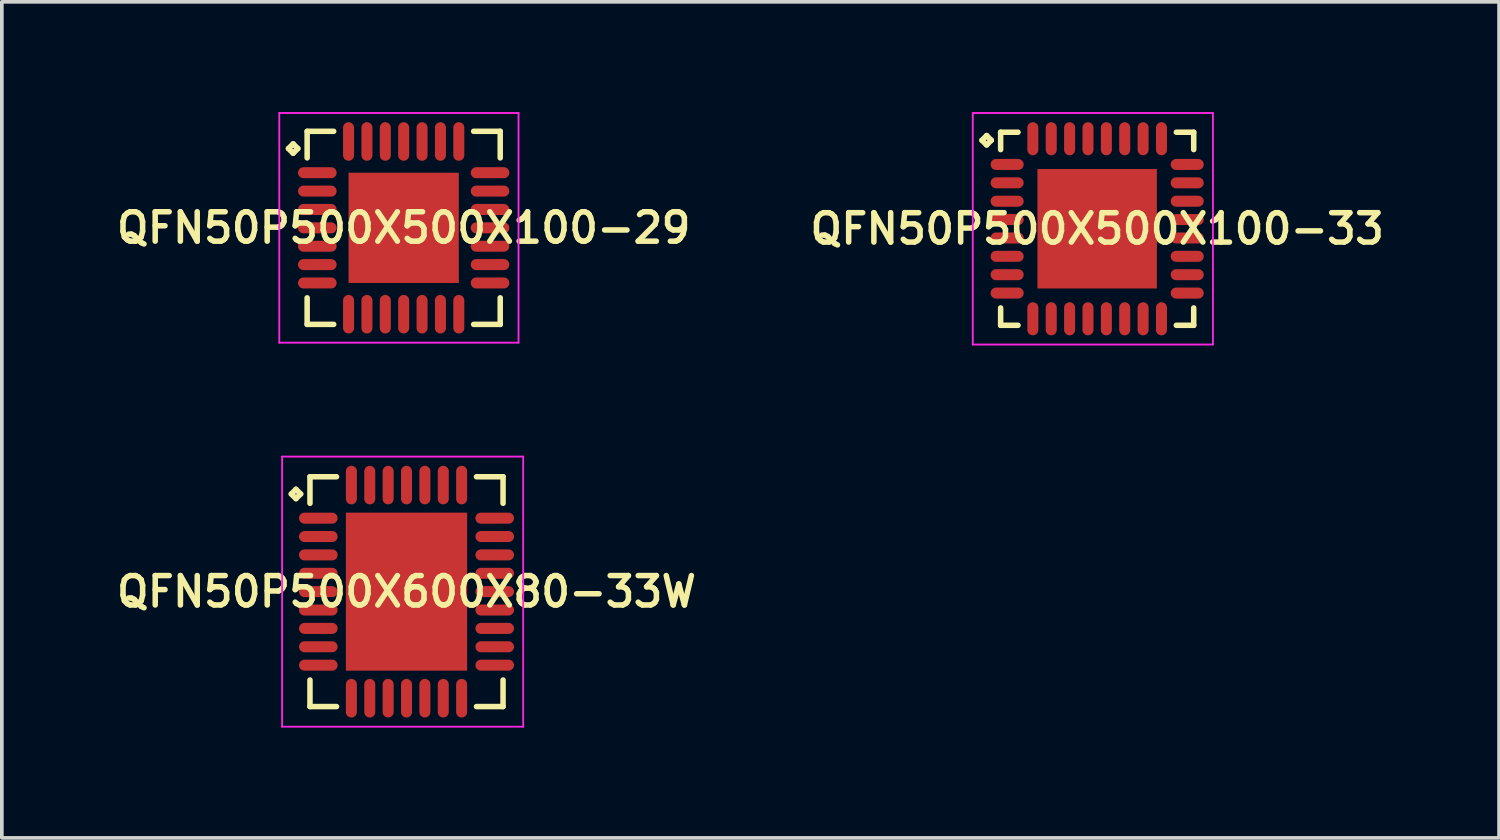
<source format=kicad_pcb>
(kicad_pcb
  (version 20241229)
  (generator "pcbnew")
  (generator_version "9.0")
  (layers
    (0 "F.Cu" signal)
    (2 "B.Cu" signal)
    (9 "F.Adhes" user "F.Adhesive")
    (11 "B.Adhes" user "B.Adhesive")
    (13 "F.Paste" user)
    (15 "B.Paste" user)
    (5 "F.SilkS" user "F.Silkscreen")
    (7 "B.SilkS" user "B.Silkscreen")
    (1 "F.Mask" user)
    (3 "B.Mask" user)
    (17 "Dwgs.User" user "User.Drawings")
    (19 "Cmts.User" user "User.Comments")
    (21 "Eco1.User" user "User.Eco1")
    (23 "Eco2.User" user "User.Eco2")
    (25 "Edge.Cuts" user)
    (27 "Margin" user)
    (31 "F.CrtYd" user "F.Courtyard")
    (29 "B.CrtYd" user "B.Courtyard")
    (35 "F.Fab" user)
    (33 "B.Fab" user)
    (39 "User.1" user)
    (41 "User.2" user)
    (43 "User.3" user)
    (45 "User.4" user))
  (footprint "QFN50P500X600X80-33W"
    (layer "F.Cu")
    (at 8.012 13.05)
    (property "Reference" "QFN50P500X600X80-33W" (at 0 0 0) (layer "F.SilkS") (effects (font (size 0.8 0.8) (thickness 0.15))))
    (attr smd)
    (fp_line (start -3.135 -2.658) (end -3.008 -2.785) (stroke (width 0.15) (type solid)) (layer "F.SilkS"))
    (fp_line (start -3.008 -2.785) (end -2.881 -2.658) (stroke (width 0.15) (type solid)) (layer "F.SilkS"))
    (fp_line (start -3.008 -2.531) (end -3.135 -2.658) (stroke (width 0.15) (type solid)) (layer "F.SilkS"))
    (fp_line (start -2.881 -2.658) (end -3.008 -2.531) (stroke (width 0.15) (type solid)) (layer "F.SilkS"))
    (fp_line (start -2.627 -3.127) (end -1.904 -3.127) (stroke (width 0.15) (type solid)) (layer "F.SilkS"))
    (fp_line (start -2.627 -2.404) (end -2.627 -3.127) (stroke (width 0.15) (type solid)) (layer "F.SilkS"))
    (fp_line (start -2.627 2.404) (end -2.627 3.127) (stroke (width 0.15) (type solid)) (layer "F.SilkS"))
    (fp_line (start -2.627 3.127) (end -1.904 3.127) (stroke (width 0.15) (type solid)) (layer "F.SilkS"))
    (fp_line (start 1.904 -3.127) (end 2.627 -3.127) (stroke (width 0.15) (type solid)) (layer "F.SilkS"))
    (fp_line (start 1.904 3.127) (end 2.627 3.127) (stroke (width 0.15) (type solid)) (layer "F.SilkS"))
    (fp_line (start 2.627 -3.127) (end 2.627 -2.404) (stroke (width 0.15) (type solid)) (layer "F.SilkS"))
    (fp_line (start 2.627 3.127) (end 2.627 2.404) (stroke (width 0.15) (type solid)) (layer "F.SilkS"))
    (fp_line (start -3.385 -3.675) (end 3.175 -3.675) (stroke (width 0.05) (type solid)) (layer "F.CrtYd"))
    (fp_line (start -3.385 3.675) (end -3.385 -3.675) (stroke (width 0.05) (type solid)) (layer "F.CrtYd"))
    (fp_line (start 3.175 -3.675) (end 3.175 3.675) (stroke (width 0.05) (type solid)) (layer "F.CrtYd"))
    (fp_line (start 3.175 3.675) (end -3.385 3.675) (stroke (width 0.05) (type solid)) (layer "F.CrtYd"))
    (pad "1" smd oval (at -2.4 -2) (size 1.05 0.3) (layers "F.Cu" "F.Mask" "F.Paste"))
    (pad "2" smd oval (at -2.4 -1.5) (size 1.05 0.3) (layers "F.Cu" "F.Mask" "F.Paste"))
    (pad "3" smd oval (at -2.4 -1) (size 1.05 0.3) (layers "F.Cu" "F.Mask" "F.Paste"))
    (pad "4" smd oval (at -2.4 -0.5) (size 1.05 0.3) (layers "F.Cu" "F.Mask" "F.Paste"))
    (pad "5" smd oval (at -2.4 0) (size 1.05 0.3) (layers "F.Cu" "F.Mask" "F.Paste"))
    (pad "6" smd oval (at -2.4 0.5) (size 1.05 0.3) (layers "F.Cu" "F.Mask" "F.Paste"))
    (pad "7" smd oval (at -2.4 1) (size 1.05 0.3) (layers "F.Cu" "F.Mask" "F.Paste"))
    (pad "8" smd oval (at -2.4 1.5) (size 1.05 0.3) (layers "F.Cu" "F.Mask" "F.Paste"))
    (pad "9" smd oval (at -2.4 2) (size 1.05 0.3) (layers "F.Cu" "F.Mask" "F.Paste"))
    (pad "10" smd oval (at -1.5 2.9) (size 0.3 1.05) (layers "F.Cu" "F.Mask" "F.Paste"))
    (pad "11" smd oval (at -1 2.9) (size 0.3 1.05) (layers "F.Cu" "F.Mask" "F.Paste"))
    (pad "12" smd oval (at -0.5 2.9) (size 0.3 1.05) (layers "F.Cu" "F.Mask" "F.Paste"))
    (pad "13" smd oval (at 0 2.9) (size 0.3 1.05) (layers "F.Cu" "F.Mask" "F.Paste"))
    (pad "14" smd oval (at 0.5 2.9) (size 0.3 1.05) (layers "F.Cu" "F.Mask" "F.Paste"))
    (pad "15" smd oval (at 1 2.9) (size 0.3 1.05) (layers "F.Cu" "F.Mask" "F.Paste"))
    (pad "16" smd oval (at 1.5 2.9) (size 0.3 1.05) (layers "F.Cu" "F.Mask" "F.Paste"))
    (pad "17" smd oval (at 2.4 2) (size 1.05 0.3) (layers "F.Cu" "F.Mask" "F.Paste"))
    (pad "18" smd oval (at 2.4 1.5) (size 1.05 0.3) (layers "F.Cu" "F.Mask" "F.Paste"))
    (pad "19" smd oval (at 2.4 1) (size 1.05 0.3) (layers "F.Cu" "F.Mask" "F.Paste"))
    (pad "20" smd oval (at 2.4 0.5) (size 1.05 0.3) (layers "F.Cu" "F.Mask" "F.Paste"))
    (pad "21" smd oval (at 2.4 0) (size 1.05 0.3) (layers "F.Cu" "F.Mask" "F.Paste"))
    (pad "22" smd oval (at 2.4 -0.5) (size 1.05 0.3) (layers "F.Cu" "F.Mask" "F.Paste"))
    (pad "23" smd oval (at 2.4 -1) (size 1.05 0.3) (layers "F.Cu" "F.Mask" "F.Paste"))
    (pad "24" smd oval (at 2.4 -1.5) (size 1.05 0.3) (layers "F.Cu" "F.Mask" "F.Paste"))
    (pad "25" smd oval (at 2.4 -2) (size 1.05 0.3) (layers "F.Cu" "F.Mask" "F.Paste"))
    (pad "26" smd oval (at 1.5 -2.9) (size 0.3 1.05) (layers "F.Cu" "F.Mask" "F.Paste"))
    (pad "27" smd oval (at 1 -2.9) (size 0.3 1.05) (layers "F.Cu" "F.Mask" "F.Paste"))
    (pad "28" smd oval (at 0.5 -2.9) (size 0.3 1.05) (layers "F.Cu" "F.Mask" "F.Paste"))
    (pad "29" smd oval (at 0 -2.9) (size 0.3 1.05) (layers "F.Cu" "F.Mask" "F.Paste"))
    (pad "30" smd oval (at -0.5 -2.9) (size 0.3 1.05) (layers "F.Cu" "F.Mask" "F.Paste"))
    (pad "31" smd oval (at -1 -2.9) (size 0.3 1.05) (layers "F.Cu" "F.Mask" "F.Paste"))
    (pad "32" smd oval (at -1.5 -2.9) (size 0.3 1.05) (layers "F.Cu" "F.Mask" "F.Paste"))
    (pad "33" smd rect (at 0 0) (size 3.3 4.3) (layers "F.Cu" "F.Mask" "F.Paste")))
  (footprint "QFN50P500X500X100-29"
    (layer "F.Cu")
    (at 7.935 3.15)
    (property "Reference" "QFN50P500X500X100-29" (at 0 0 0) (layer "F.SilkS") (effects (font (size 0.8 0.8) (thickness 0.15))))
    (attr smd)
    (fp_line (start -3.135 -2.158) (end -3.008 -2.285) (stroke (width 0.15) (type solid)) (layer "F.SilkS"))
    (fp_line (start -3.008 -2.285) (end -2.881 -2.158) (stroke (width 0.15) (type solid)) (layer "F.SilkS"))
    (fp_line (start -3.008 -2.031) (end -3.135 -2.158) (stroke (width 0.15) (type solid)) (layer "F.SilkS"))
    (fp_line (start -2.881 -2.158) (end -3.008 -2.031) (stroke (width 0.15) (type solid)) (layer "F.SilkS"))
    (fp_line (start -2.627 -2.627) (end -1.904 -2.627) (stroke (width 0.15) (type solid)) (layer "F.SilkS"))
    (fp_line (start -2.627 -1.904) (end -2.627 -2.627) (stroke (width 0.15) (type solid)) (layer "F.SilkS"))
    (fp_line (start -2.627 1.904) (end -2.627 2.627) (stroke (width 0.15) (type solid)) (layer "F.SilkS"))
    (fp_line (start -2.627 2.627) (end -1.904 2.627) (stroke (width 0.15) (type solid)) (layer "F.SilkS"))
    (fp_line (start 1.904 -2.627) (end 2.627 -2.627) (stroke (width 0.15) (type solid)) (layer "F.SilkS"))
    (fp_line (start 1.904 2.627) (end 2.627 2.627) (stroke (width 0.15) (type solid)) (layer "F.SilkS"))
    (fp_line (start 2.627 -2.627) (end 2.627 -1.904) (stroke (width 0.15) (type solid)) (layer "F.SilkS"))
    (fp_line (start 2.627 2.627) (end 2.627 1.904) (stroke (width 0.15) (type solid)) (layer "F.SilkS"))
    (fp_line (start -3.385 -3.125) (end 3.125 -3.125) (stroke (width 0.05) (type solid)) (layer "F.CrtYd"))
    (fp_line (start -3.385 3.125) (end -3.385 -3.125) (stroke (width 0.05) (type solid)) (layer "F.CrtYd"))
    (fp_line (start 3.125 -3.125) (end 3.125 3.125) (stroke (width 0.05) (type solid)) (layer "F.CrtYd"))
    (fp_line (start 3.125 3.125) (end -3.385 3.125) (stroke (width 0.05) (type solid)) (layer "F.CrtYd"))
    (pad "1" smd oval (at -2.35 -1.5) (size 1.05 0.3) (layers "F.Cu" "F.Mask" "F.Paste"))
    (pad "2" smd oval (at -2.35 -1) (size 1.05 0.3) (layers "F.Cu" "F.Mask" "F.Paste"))
    (pad "3" smd oval (at -2.35 -0.5) (size 1.05 0.3) (layers "F.Cu" "F.Mask" "F.Paste"))
    (pad "4" smd oval (at -2.35 0) (size 1.05 0.3) (layers "F.Cu" "F.Mask" "F.Paste"))
    (pad "5" smd oval (at -2.35 0.5) (size 1.05 0.3) (layers "F.Cu" "F.Mask" "F.Paste"))
    (pad "6" smd oval (at -2.35 1) (size 1.05 0.3) (layers "F.Cu" "F.Mask" "F.Paste"))
    (pad "7" smd oval (at -2.35 1.5) (size 1.05 0.3) (layers "F.Cu" "F.Mask" "F.Paste"))
    (pad "8" smd oval (at -1.5 2.35) (size 0.3 1.05) (layers "F.Cu" "F.Mask" "F.Paste"))
    (pad "9" smd oval (at -1 2.35) (size 0.3 1.05) (layers "F.Cu" "F.Mask" "F.Paste"))
    (pad "10" smd oval (at -0.5 2.35) (size 0.3 1.05) (layers "F.Cu" "F.Mask" "F.Paste"))
    (pad "11" smd oval (at 0 2.35) (size 0.3 1.05) (layers "F.Cu" "F.Mask" "F.Paste"))
    (pad "12" smd oval (at 0.5 2.35) (size 0.3 1.05) (layers "F.Cu" "F.Mask" "F.Paste"))
    (pad "13" smd oval (at 1 2.35) (size 0.3 1.05) (layers "F.Cu" "F.Mask" "F.Paste"))
    (pad "14" smd oval (at 1.5 2.35) (size 0.3 1.05) (layers "F.Cu" "F.Mask" "F.Paste"))
    (pad "15" smd oval (at 2.35 1.5) (size 1.05 0.3) (layers "F.Cu" "F.Mask" "F.Paste"))
    (pad "16" smd oval (at 2.35 1) (size 1.05 0.3) (layers "F.Cu" "F.Mask" "F.Paste"))
    (pad "17" smd oval (at 2.35 0.5) (size 1.05 0.3) (layers "F.Cu" "F.Mask" "F.Paste"))
    (pad "18" smd oval (at 2.35 0) (size 1.05 0.3) (layers "F.Cu" "F.Mask" "F.Paste"))
    (pad "19" smd oval (at 2.35 -0.5) (size 1.05 0.3) (layers "F.Cu" "F.Mask" "F.Paste"))
    (pad "20" smd oval (at 2.35 -1) (size 1.05 0.3) (layers "F.Cu" "F.Mask" "F.Paste"))
    (pad "21" smd oval (at 2.35 -1.5) (size 1.05 0.3) (layers "F.Cu" "F.Mask" "F.Paste"))
    (pad "22" smd oval (at 1.5 -2.35) (size 0.3 1.05) (layers "F.Cu" "F.Mask" "F.Paste"))
    (pad "23" smd oval (at 1 -2.35) (size 0.3 1.05) (layers "F.Cu" "F.Mask" "F.Paste"))
    (pad "24" smd oval (at 0.5 -2.35) (size 0.3 1.05) (layers "F.Cu" "F.Mask" "F.Paste"))
    (pad "25" smd oval (at 0 -2.35) (size 0.3 1.05) (layers "F.Cu" "F.Mask" "F.Paste"))
    (pad "26" smd oval (at -0.5 -2.35) (size 0.3 1.05) (layers "F.Cu" "F.Mask" "F.Paste"))
    (pad "27" smd oval (at -1 -2.35) (size 0.3 1.05) (layers "F.Cu" "F.Mask" "F.Paste"))
    (pad "28" smd oval (at -1.5 -2.35) (size 0.3 1.05) (layers "F.Cu" "F.Mask" "F.Paste"))
    (pad "29" smd rect (at 0 0) (size 3 3) (layers "F.Cu" "F.Mask" "F.Paste")))
  (footprint "QFN50P500X500X100-33"
    (layer "F.Cu")
    (at 26.806 3.175)
    (property "Reference" "QFN50P500X500X100-33" (at 0 0 0) (layer "F.SilkS") (effects (font (size 0.8 0.8) (thickness 0.15))))
    (attr smd)
    (fp_line (start -3.135 -2.408) (end -3.008 -2.535) (stroke (width 0.15) (type solid)) (layer "F.SilkS"))
    (fp_line (start -3.008 -2.535) (end -2.881 -2.408) (stroke (width 0.15) (type solid)) (layer "F.SilkS"))
    (fp_line (start -3.008 -2.281) (end -3.135 -2.408) (stroke (width 0.15) (type solid)) (layer "F.SilkS"))
    (fp_line (start -2.881 -2.408) (end -3.008 -2.281) (stroke (width 0.15) (type solid)) (layer "F.SilkS"))
    (fp_line (start -2.627 -2.627) (end -2.154 -2.627) (stroke (width 0.15) (type solid)) (layer "F.SilkS"))
    (fp_line (start -2.627 -2.154) (end -2.627 -2.627) (stroke (width 0.15) (type solid)) (layer "F.SilkS"))
    (fp_line (start -2.627 2.154) (end -2.627 2.627) (stroke (width 0.15) (type solid)) (layer "F.SilkS"))
    (fp_line (start -2.627 2.627) (end -2.154 2.627) (stroke (width 0.15) (type solid)) (layer "F.SilkS"))
    (fp_line (start 2.154 -2.627) (end 2.627 -2.627) (stroke (width 0.15) (type solid)) (layer "F.SilkS"))
    (fp_line (start 2.154 2.627) (end 2.627 2.627) (stroke (width 0.15) (type solid)) (layer "F.SilkS"))
    (fp_line (start 2.627 -2.627) (end 2.627 -2.154) (stroke (width 0.15) (type solid)) (layer "F.SilkS"))
    (fp_line (start 2.627 2.627) (end 2.627 2.154) (stroke (width 0.15) (type solid)) (layer "F.SilkS"))
    (fp_line (start -3.385 -3.15) (end 3.15 -3.15) (stroke (width 0.05) (type solid)) (layer "F.CrtYd"))
    (fp_line (start -3.385 3.15) (end -3.385 -3.15) (stroke (width 0.05) (type solid)) (layer "F.CrtYd"))
    (fp_line (start 3.15 -3.15) (end 3.15 3.15) (stroke (width 0.05) (type solid)) (layer "F.CrtYd"))
    (fp_line (start 3.15 3.15) (end -3.385 3.15) (stroke (width 0.05) (type solid)) (layer "F.CrtYd"))
    (pad "1" smd oval (at -2.45 -1.75) (size 0.9 0.3) (layers "F.Cu" "F.Mask" "F.Paste"))
    (pad "2" smd oval (at -2.45 -1.25) (size 0.9 0.3) (layers "F.Cu" "F.Mask" "F.Paste"))
    (pad "3" smd oval (at -2.45 -0.75) (size 0.9 0.3) (layers "F.Cu" "F.Mask" "F.Paste"))
    (pad "4" smd oval (at -2.45 -0.25) (size 0.9 0.3) (layers "F.Cu" "F.Mask" "F.Paste"))
    (pad "5" smd oval (at -2.45 0.25) (size 0.9 0.3) (layers "F.Cu" "F.Mask" "F.Paste"))
    (pad "6" smd oval (at -2.45 0.75) (size 0.9 0.3) (layers "F.Cu" "F.Mask" "F.Paste"))
    (pad "7" smd oval (at -2.45 1.25) (size 0.9 0.3) (layers "F.Cu" "F.Mask" "F.Paste"))
    (pad "8" smd oval (at -2.45 1.75) (size 0.9 0.3) (layers "F.Cu" "F.Mask" "F.Paste"))
    (pad "9" smd oval (at -1.75 2.45) (size 0.3 0.9) (layers "F.Cu" "F.Mask" "F.Paste"))
    (pad "10" smd oval (at -1.25 2.45) (size 0.3 0.9) (layers "F.Cu" "F.Mask" "F.Paste"))
    (pad "11" smd oval (at -0.75 2.45) (size 0.3 0.9) (layers "F.Cu" "F.Mask" "F.Paste"))
    (pad "12" smd oval (at -0.25 2.45) (size 0.3 0.9) (layers "F.Cu" "F.Mask" "F.Paste"))
    (pad "13" smd oval (at 0.25 2.45) (size 0.3 0.9) (layers "F.Cu" "F.Mask" "F.Paste"))
    (pad "14" smd oval (at 0.75 2.45) (size 0.3 0.9) (layers "F.Cu" "F.Mask" "F.Paste"))
    (pad "15" smd oval (at 1.25 2.45) (size 0.3 0.9) (layers "F.Cu" "F.Mask" "F.Paste"))
    (pad "16" smd oval (at 1.75 2.45) (size 0.3 0.9) (layers "F.Cu" "F.Mask" "F.Paste"))
    (pad "17" smd oval (at 2.45 1.75) (size 0.9 0.3) (layers "F.Cu" "F.Mask" "F.Paste"))
    (pad "18" smd oval (at 2.45 1.25) (size 0.9 0.3) (layers "F.Cu" "F.Mask" "F.Paste"))
    (pad "19" smd oval (at 2.45 0.75) (size 0.9 0.3) (layers "F.Cu" "F.Mask" "F.Paste"))
    (pad "20" smd oval (at 2.45 0.25) (size 0.9 0.3) (layers "F.Cu" "F.Mask" "F.Paste"))
    (pad "21" smd oval (at 2.45 -0.25) (size 0.9 0.3) (layers "F.Cu" "F.Mask" "F.Paste"))
    (pad "22" smd oval (at 2.45 -0.75) (size 0.9 0.3) (layers "F.Cu" "F.Mask" "F.Paste"))
    (pad "23" smd oval (at 2.45 -1.25) (size 0.9 0.3) (layers "F.Cu" "F.Mask" "F.Paste"))
    (pad "24" smd oval (at 2.45 -1.75) (size 0.9 0.3) (layers "F.Cu" "F.Mask" "F.Paste"))
    (pad "25" smd oval (at 1.75 -2.45) (size 0.3 0.9) (layers "F.Cu" "F.Mask" "F.Paste"))
    (pad "26" smd oval (at 1.25 -2.45) (size 0.3 0.9) (layers "F.Cu" "F.Mask" "F.Paste"))
    (pad "27" smd oval (at 0.75 -2.45) (size 0.3 0.9) (layers "F.Cu" "F.Mask" "F.Paste"))
    (pad "28" smd oval (at 0.25 -2.45) (size 0.3 0.9) (layers "F.Cu" "F.Mask" "F.Paste"))
    (pad "29" smd oval (at -0.25 -2.45) (size 0.3 0.9) (layers "F.Cu" "F.Mask" "F.Paste"))
    (pad "30" smd oval (at -0.75 -2.45) (size 0.3 0.9) (layers "F.Cu" "F.Mask" "F.Paste"))
    (pad "31" smd oval (at -1.25 -2.45) (size 0.3 0.9) (layers "F.Cu" "F.Mask" "F.Paste"))
    (pad "32" smd oval (at -1.75 -2.45) (size 0.3 0.9) (layers "F.Cu" "F.Mask" "F.Paste"))
    (pad "33" smd rect (at 0 0) (size 3.25 3.25) (layers "F.Cu" "F.Mask" "F.Paste")))
  (gr_rect
    (start -3 -3)
    (end 37.742 19.75)
    (stroke (width 0.1) (type default))
    (fill no)
    (layer "Edge.Cuts")))
</source>
